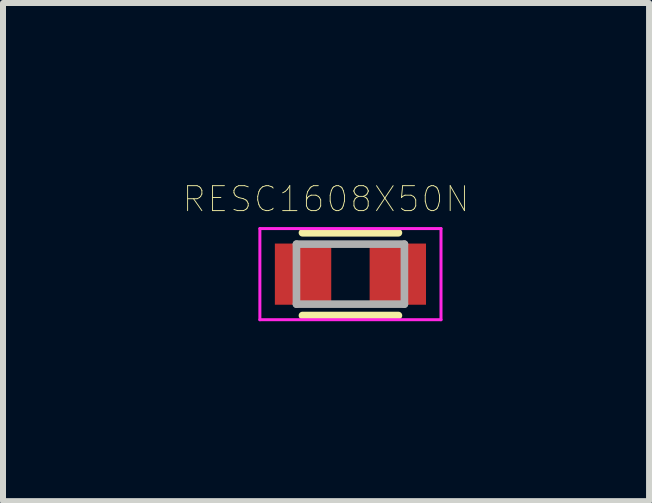
<source format=kicad_pcb>
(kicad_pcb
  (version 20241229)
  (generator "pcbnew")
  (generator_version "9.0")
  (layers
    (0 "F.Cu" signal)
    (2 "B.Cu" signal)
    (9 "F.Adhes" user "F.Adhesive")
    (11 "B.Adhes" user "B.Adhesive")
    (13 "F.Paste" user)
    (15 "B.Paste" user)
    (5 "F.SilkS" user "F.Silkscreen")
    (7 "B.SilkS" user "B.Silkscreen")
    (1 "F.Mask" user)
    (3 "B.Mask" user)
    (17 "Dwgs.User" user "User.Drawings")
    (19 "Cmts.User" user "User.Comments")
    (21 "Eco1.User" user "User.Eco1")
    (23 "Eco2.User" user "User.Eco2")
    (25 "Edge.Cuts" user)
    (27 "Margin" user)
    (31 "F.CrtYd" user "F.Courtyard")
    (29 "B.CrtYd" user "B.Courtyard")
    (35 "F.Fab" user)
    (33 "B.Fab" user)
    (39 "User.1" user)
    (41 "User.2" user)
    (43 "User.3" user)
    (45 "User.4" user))
  (footprint "RESC1608X50N"
    (layer "F.Cu")
    (at 2.793 1.521)
    (property "Reference" "RESC1608X50N" (at -0.407 -1.251 0) (layer "F.SilkS") (effects (font (size 0.416 0.416) (thickness 0.015))))
    (attr through_hole)
    (fp_line (start -0.8 -0.69) (end 0.8 -0.69) (stroke (width 0.127) (type solid)) (layer "F.SilkS"))
    (fp_line (start -0.8 0.69) (end 0.8 0.69) (stroke (width 0.127) (type solid)) (layer "F.SilkS"))
    (fp_line (start -1.51 -0.76) (end 1.51 -0.76) (stroke (width 0.05) (type solid)) (layer "F.CrtYd"))
    (fp_line (start -1.51 0.76) (end -1.51 -0.76) (stroke (width 0.05) (type solid)) (layer "F.CrtYd"))
    (fp_line (start 1.51 -0.76) (end 1.51 0.76) (stroke (width 0.05) (type solid)) (layer "F.CrtYd"))
    (fp_line (start 1.51 0.76) (end -1.51 0.76) (stroke (width 0.05) (type solid)) (layer "F.CrtYd"))
    (fp_line (start -0.9 -0.5) (end -0.9 0.5) (stroke (width 0.127) (type solid)) (layer "F.Fab"))
    (fp_line (start -0.9 -0.5) (end 0.9 -0.5) (stroke (width 0.127) (type solid)) (layer "F.Fab"))
    (fp_line (start -0.9 0.5) (end 0.9 0.5) (stroke (width 0.127) (type solid)) (layer "F.Fab"))
    (fp_line (start 0.9 -0.5) (end 0.9 0.5) (stroke (width 0.127) (type solid)) (layer "F.Fab"))
    (pad "1" smd rect (at -0.79 0) (size 0.94 1.02) (layers "F.Cu" "F.Mask" "F.Paste"))
    (pad "2" smd rect (at 0.79 0) (size 0.94 1.02) (layers "F.Cu" "F.Mask" "F.Paste")))
  (gr_rect
    (start -3 -3)
    (end 7.772 5.306)
    (stroke (width 0.1) (type default))
    (fill no)
    (layer "Edge.Cuts")))
</source>
